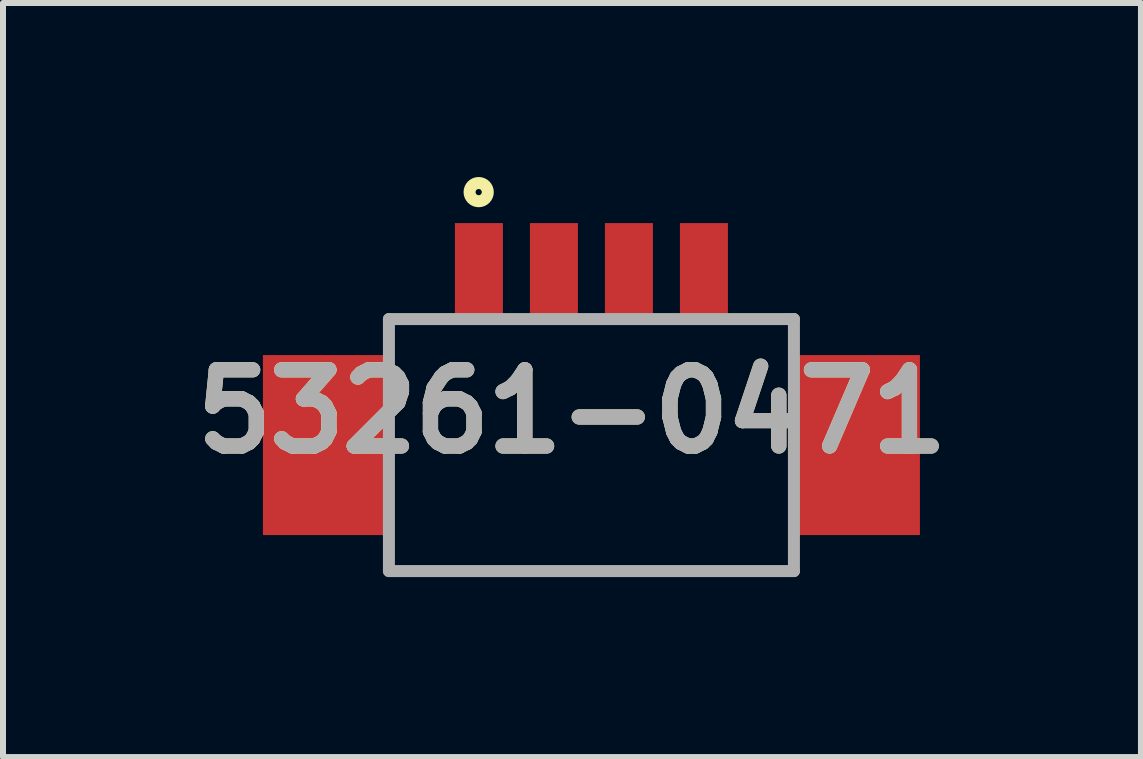
<source format=kicad_pcb>
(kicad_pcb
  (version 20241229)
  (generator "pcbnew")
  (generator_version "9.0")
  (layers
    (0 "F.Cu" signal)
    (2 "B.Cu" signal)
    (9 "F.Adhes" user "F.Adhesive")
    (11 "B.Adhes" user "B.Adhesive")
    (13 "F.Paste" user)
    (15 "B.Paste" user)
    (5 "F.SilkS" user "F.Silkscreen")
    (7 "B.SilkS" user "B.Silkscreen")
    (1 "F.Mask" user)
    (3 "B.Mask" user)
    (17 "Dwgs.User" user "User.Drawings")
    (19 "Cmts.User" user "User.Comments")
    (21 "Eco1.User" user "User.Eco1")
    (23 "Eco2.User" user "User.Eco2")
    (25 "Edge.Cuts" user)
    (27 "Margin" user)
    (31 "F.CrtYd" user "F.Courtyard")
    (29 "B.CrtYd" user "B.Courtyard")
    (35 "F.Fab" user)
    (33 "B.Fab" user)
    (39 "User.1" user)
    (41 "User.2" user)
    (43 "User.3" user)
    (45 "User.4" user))
  (footprint "53261-0471"
    (layer "F.Cu")
    (at 6.807 2.268)
    (property "Reference" "53261-0471" (at -0.324 1.541 0) (layer "F.SilkS") (effects (font (size 1.27 1.27) (thickness 0.254))))
    (attr smd)
    (fp_circle (center -1.879 -2.116) (end -1.879 -2.064) (stroke (width 0.2) (type solid)) (fill no) (layer "F.SilkS"))
    (fp_line (start -3.375 0) (end 3.375 0) (stroke (width 0.2) (type solid)) (layer "F.Fab"))
    (fp_line (start -3.375 4.2) (end -3.375 0) (stroke (width 0.2) (type solid)) (layer "F.Fab"))
    (fp_line (start 3.375 0) (end 3.375 4.2) (stroke (width 0.2) (type solid)) (layer "F.Fab"))
    (fp_line (start 3.375 4.2) (end -3.375 4.2) (stroke (width 0.2) (type solid)) (layer "F.Fab"))
    (fp_text user "${REFERENCE}" (at -0.324 1.541 0) (layer "F.Fab") (effects (font (size 1.27 1.27) (thickness 0.254))))
    (pad "1" smd rect (at -1.875 -0.8) (size 0.8 1.6) (layers "F.Cu" "F.Mask" "F.Paste"))
    (pad "2" smd rect (at -0.625 -0.8) (size 0.8 1.6) (layers "F.Cu" "F.Mask" "F.Paste"))
    (pad "3" smd rect (at 0.625 -0.8) (size 0.8 1.6) (layers "F.Cu" "F.Mask" "F.Paste"))
    (pad "4" smd rect (at 1.875 -0.8) (size 0.8 1.6) (layers "F.Cu" "F.Mask" "F.Paste"))
    (pad "5" smd rect (at 4.425 2.1) (size 2.1 3) (layers "F.Cu" "F.Mask" "F.Paste"))
    (pad "6" smd rect (at -4.425 2.1) (size 2.1 3) (layers "F.Cu" "F.Mask" "F.Paste")))
  (gr_rect
    (start -3 -3)
    (end 15.966 9.568)
    (stroke (width 0.1) (type default))
    (fill no)
    (layer "Edge.Cuts")))
</source>
